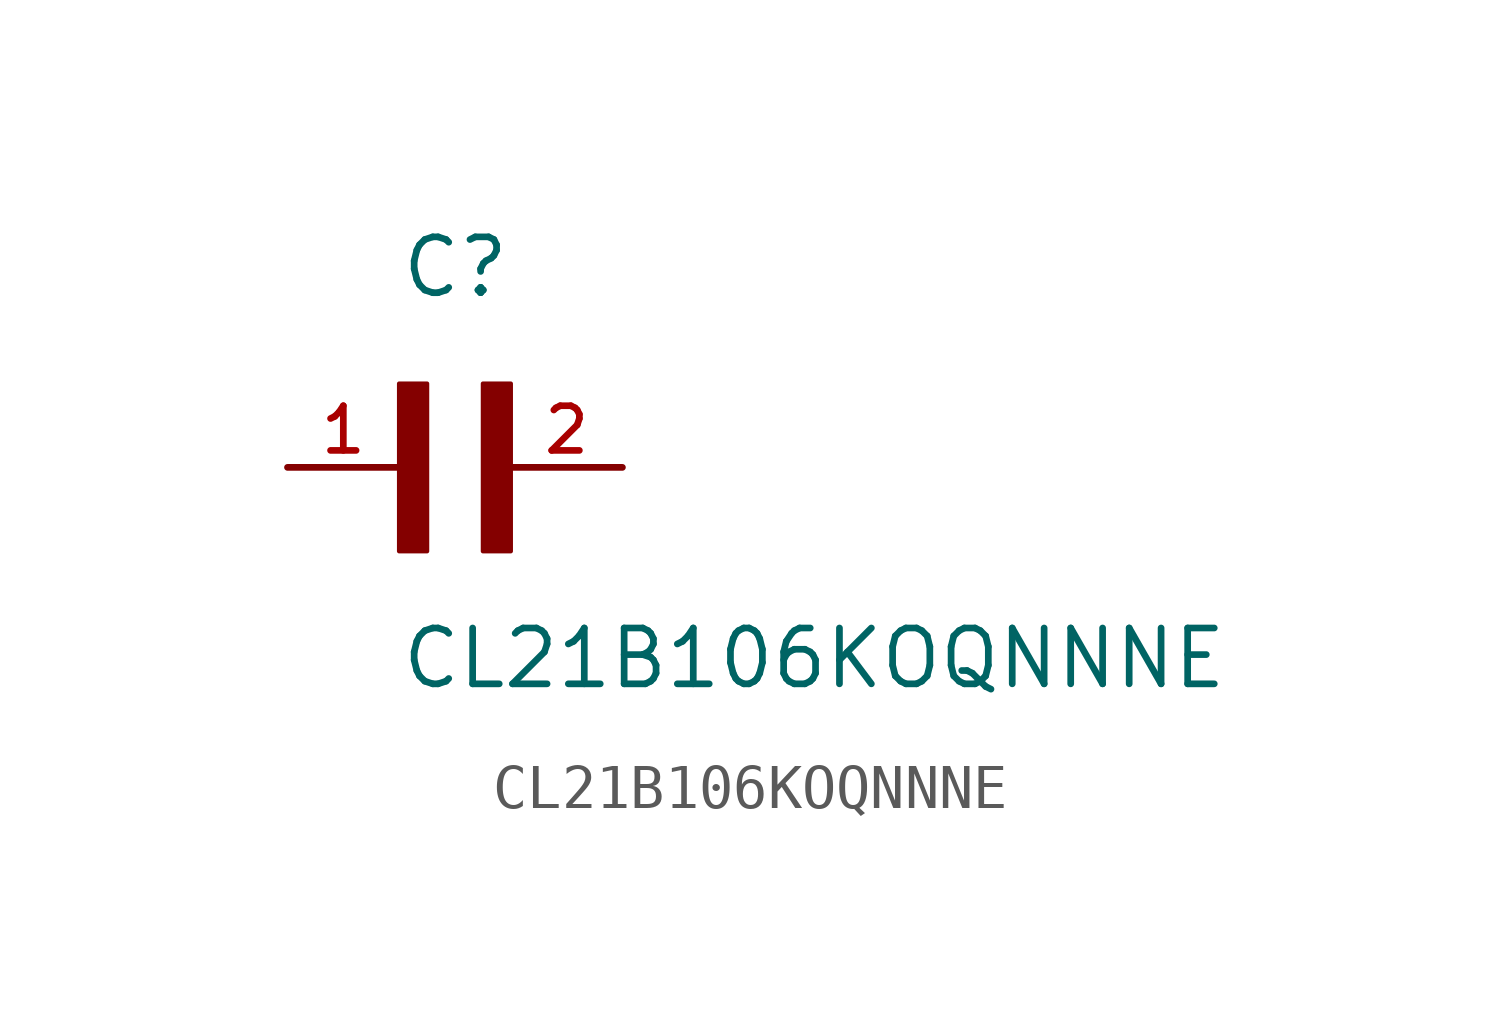
<source format=kicad_sym>
(kicad_symbol_lib
  (version 20211014)
  (generator kicad_symbol_editor)
  (symbol "CL21B106KOQNNNE"
    (pin_names
      (offset 1.016))
    (property "Reference" "C"
      (at 0.0 3.811 0)
      (effects (font (size 1.27 1.27)) (justify bottom left)))
    (property "Value" "CL21B106KOQNNNE"
      (at 0.0 -5.088 0)
      (effects (font (size 1.27 1.27)) (justify bottom left)))
    (symbol "CL21B106KOQNNNE_0_0"
      (rectangle (start 0.0 -1.907) (end 0.635 1.905) (stroke (width 0.1)) (fill (type outline)))
      (rectangle (start 1.907 -1.907) (end 2.54 1.905) (stroke (width 0.1)) (fill (type outline)))
      (pin passive line (at -2.54 0.0 0) (length 2.54) (name "~" (effects (font (size 1.016 1.016)))) (number "1" (effects (font (size 1.016 1.016)))))
      (pin passive line (at 5.08 0.0 180.0) (length 2.54) (name "~" (effects (font (size 1.016 1.016)))) (number "2" (effects (font (size 1.016 1.016))))))))
</source>
